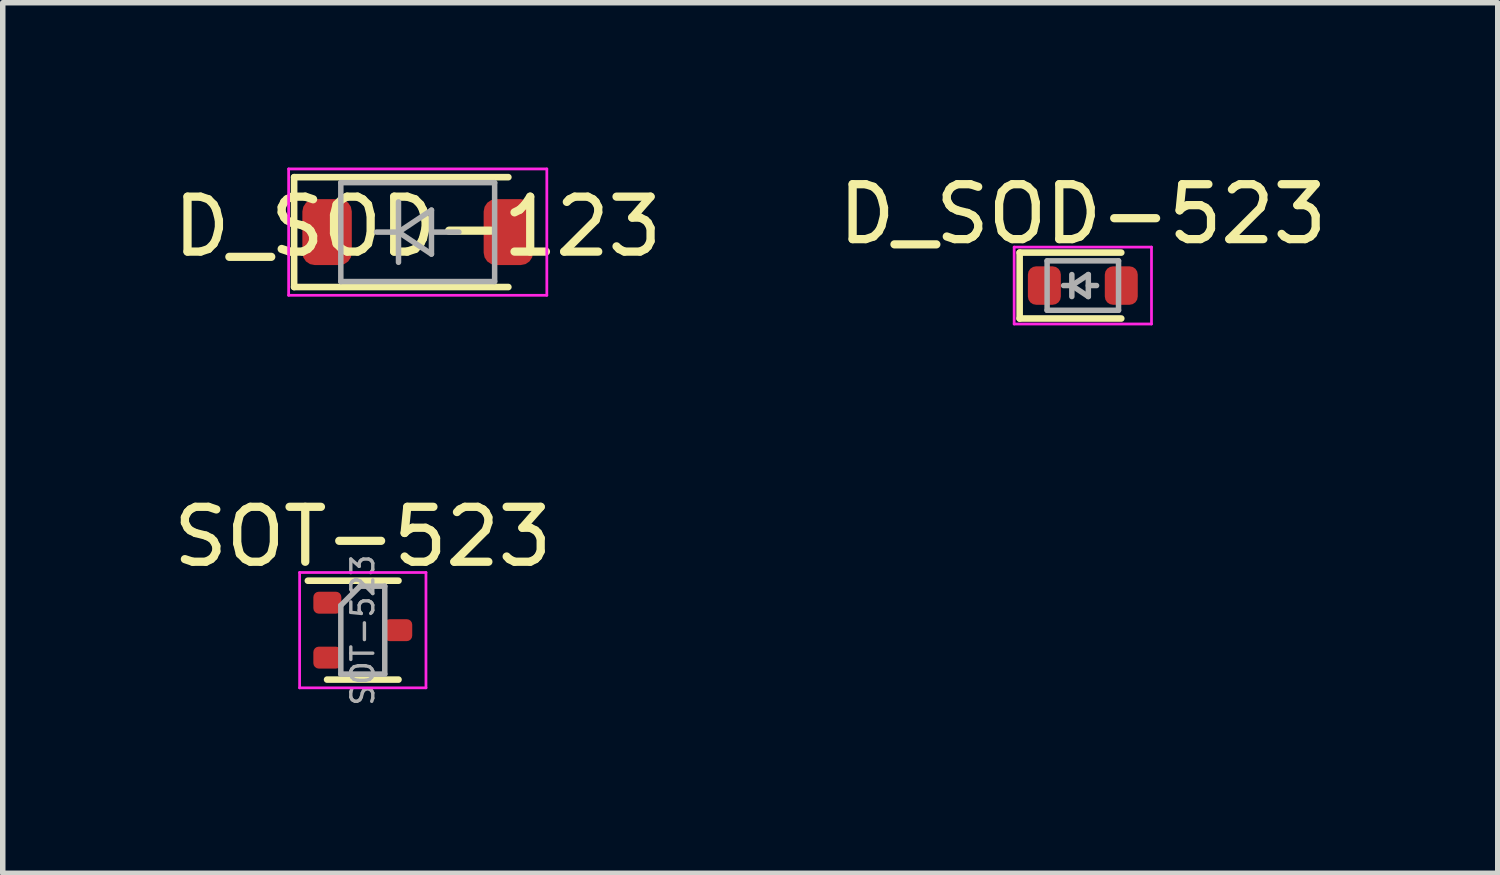
<source format=kicad_pcb>
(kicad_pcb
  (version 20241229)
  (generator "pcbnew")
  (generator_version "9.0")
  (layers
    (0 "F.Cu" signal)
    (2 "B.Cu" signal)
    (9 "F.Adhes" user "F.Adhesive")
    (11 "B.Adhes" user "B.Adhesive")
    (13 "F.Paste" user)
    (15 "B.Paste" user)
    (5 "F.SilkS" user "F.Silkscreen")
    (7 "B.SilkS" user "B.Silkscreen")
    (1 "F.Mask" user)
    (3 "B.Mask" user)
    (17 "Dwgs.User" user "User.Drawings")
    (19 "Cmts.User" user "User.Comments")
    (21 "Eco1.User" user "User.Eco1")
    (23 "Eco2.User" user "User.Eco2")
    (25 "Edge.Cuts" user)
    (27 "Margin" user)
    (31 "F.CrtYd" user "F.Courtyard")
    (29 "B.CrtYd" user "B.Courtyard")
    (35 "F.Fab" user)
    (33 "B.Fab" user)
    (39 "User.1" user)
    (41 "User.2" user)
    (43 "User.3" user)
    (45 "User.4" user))
  (footprint "D_SOD-123"
    (layer "F.Cu")
    (at 4.554 1.175)
    (property "Reference" "D_SOD-123" (at 0 -0.1 180) (layer "F.SilkS") (effects (font (size 1 1) (thickness 0.15))))
    (attr smd)
    (fp_line (start -2.25 -1) (end -2.25 1) (stroke (width 0.12) (type solid)) (layer "F.SilkS"))
    (fp_line (start -2.25 -1) (end 1.65 -1) (stroke (width 0.12) (type solid)) (layer "F.SilkS"))
    (fp_line (start -2.25 1) (end 1.65 1) (stroke (width 0.12) (type solid)) (layer "F.SilkS"))
    (fp_line (start -2.35 -1.15) (end -2.35 1.15) (stroke (width 0.05) (type solid)) (layer "F.CrtYd"))
    (fp_line (start -2.35 -1.15) (end 2.35 -1.15) (stroke (width 0.05) (type solid)) (layer "F.CrtYd"))
    (fp_line (start 2.35 -1.15) (end 2.35 1.15) (stroke (width 0.05) (type solid)) (layer "F.CrtYd"))
    (fp_line (start 2.35 1.15) (end -2.35 1.15) (stroke (width 0.05) (type solid)) (layer "F.CrtYd"))
    (fp_line (start -1.4 -0.9) (end 1.4 -0.9) (stroke (width 0.1) (type solid)) (layer "F.Fab"))
    (fp_line (start -1.4 0.9) (end -1.4 -0.9) (stroke (width 0.1) (type solid)) (layer "F.Fab"))
    (fp_line (start -0.75 0) (end -0.35 0) (stroke (width 0.1) (type solid)) (layer "F.Fab"))
    (fp_line (start -0.35 0) (end -0.35 -0.55) (stroke (width 0.1) (type solid)) (layer "F.Fab"))
    (fp_line (start -0.35 0) (end -0.35 0.55) (stroke (width 0.1) (type solid)) (layer "F.Fab"))
    (fp_line (start -0.35 0) (end 0.25 -0.4) (stroke (width 0.1) (type solid)) (layer "F.Fab"))
    (fp_line (start 0.25 -0.4) (end 0.25 0.4) (stroke (width 0.1) (type solid)) (layer "F.Fab"))
    (fp_line (start 0.25 0) (end 0.75 0) (stroke (width 0.1) (type solid)) (layer "F.Fab"))
    (fp_line (start 0.25 0.4) (end -0.35 0) (stroke (width 0.1) (type solid)) (layer "F.Fab"))
    (fp_line (start 1.4 -0.9) (end 1.4 0.9) (stroke (width 0.1) (type solid)) (layer "F.Fab"))
    (fp_line (start 1.4 0.9) (end -1.4 0.9) (stroke (width 0.1) (type solid)) (layer "F.Fab"))
    (pad "1" smd roundrect (at -1.65 0) (size 0.9 1.2) (layers "F.Cu" "F.Mask" "F.Paste") (roundrect_rratio 0.25))
    (pad "2" smd roundrect (at 1.65 0) (size 0.9 1.2) (layers "F.Cu" "F.Mask" "F.Paste") (roundrect_rratio 0.25)))
  (footprint "SOT-523"
    (layer "F.Cu")
    (at 3.554 8.421)
    (property "Reference" "SOT-523" (at 0 -1.7 0) (layer "F.SilkS") (effects (font (size 1 1) (thickness 0.15))))
    (attr smd)
    (fp_line (start -1 -0.9) (end 0.65 -0.9) (stroke (width 0.12) (type solid)) (layer "F.SilkS"))
    (fp_line (start 0.65 0.9) (end -0.65 0.9) (stroke (width 0.12) (type solid)) (layer "F.SilkS"))
    (fp_line (start -1.15 -1.05) (end -1.15 1.05) (stroke (width 0.05) (type solid)) (layer "F.CrtYd"))
    (fp_line (start -1.15 -1.05) (end 1.15 -1.05) (stroke (width 0.05) (type solid)) (layer "F.CrtYd"))
    (fp_line (start 1.15 1.05) (end -1.15 1.05) (stroke (width 0.05) (type solid)) (layer "F.CrtYd"))
    (fp_line (start 1.15 1.05) (end 1.15 -1.05) (stroke (width 0.05) (type solid)) (layer "F.CrtYd"))
    (fp_line (start -0.4 -0.45) (end -0.4 0.8) (stroke (width 0.1) (type solid)) (layer "F.Fab"))
    (fp_line (start -0.4 -0.45) (end -0.05 -0.8) (stroke (width 0.1) (type solid)) (layer "F.Fab"))
    (fp_line (start -0.4 0.8) (end 0.4 0.8) (stroke (width 0.1) (type solid)) (layer "F.Fab"))
    (fp_line (start 0.4 -0.8) (end -0.05 -0.8) (stroke (width 0.1) (type solid)) (layer "F.Fab"))
    (fp_line (start 0.4 0.8) (end 0.4 -0.8) (stroke (width 0.1) (type solid)) (layer "F.Fab"))
    (fp_text user "${REFERENCE}" (at 0 0 270) (layer "F.Fab") (effects (font (size 0.4 0.4) (thickness 0.062))))
    (pad "1" smd roundrect (at -0.645 -0.5 180) (size 0.51 0.4) (layers "F.Cu" "F.Mask" "F.Paste") (roundrect_rratio 0.25))
    (pad "2" smd roundrect (at -0.645 0.5 180) (size 0.51 0.4) (layers "F.Cu" "F.Mask" "F.Paste") (roundrect_rratio 0.25))
    (pad "3" smd roundrect (at 0.645 0 180) (size 0.51 0.4) (layers "F.Cu" "F.Mask" "F.Paste") (roundrect_rratio 0.25)))
  (footprint "D_SOD-523"
    (layer "F.Cu")
    (at 16.661 2.148)
    (property "Reference" "D_SOD-523" (at 0 -1.3 180) (layer "F.SilkS") (effects (font (size 1 1) (thickness 0.15))))
    (attr smd)
    (fp_line (start -1.15 -0.6) (end -1.15 0.6) (stroke (width 0.12) (type solid)) (layer "F.SilkS"))
    (fp_line (start 0.7 -0.6) (end -1.15 -0.6) (stroke (width 0.12) (type solid)) (layer "F.SilkS"))
    (fp_line (start 0.7 0.6) (end -1.15 0.6) (stroke (width 0.12) (type solid)) (layer "F.SilkS"))
    (fp_line (start -1.25 -0.7) (end 1.25 -0.7) (stroke (width 0.05) (type solid)) (layer "F.CrtYd"))
    (fp_line (start -1.25 0.7) (end -1.25 -0.7) (stroke (width 0.05) (type solid)) (layer "F.CrtYd"))
    (fp_line (start 1.25 -0.7) (end 1.25 0.7) (stroke (width 0.05) (type solid)) (layer "F.CrtYd"))
    (fp_line (start 1.25 0.7) (end -1.25 0.7) (stroke (width 0.05) (type solid)) (layer "F.CrtYd"))
    (fp_line (start -0.65 -0.45) (end 0.65 -0.45) (stroke (width 0.1) (type solid)) (layer "F.Fab"))
    (fp_line (start -0.65 0.45) (end -0.65 -0.45) (stroke (width 0.1) (type solid)) (layer "F.Fab"))
    (fp_line (start -0.2 0) (end -0.35 0) (stroke (width 0.1) (type solid)) (layer "F.Fab"))
    (fp_line (start -0.2 0) (end 0.1 0.2) (stroke (width 0.1) (type solid)) (layer "F.Fab"))
    (fp_line (start -0.2 0.2) (end -0.2 -0.2) (stroke (width 0.1) (type solid)) (layer "F.Fab"))
    (fp_line (start 0.1 -0.2) (end -0.2 0) (stroke (width 0.1) (type solid)) (layer "F.Fab"))
    (fp_line (start 0.1 0) (end 0.25 0) (stroke (width 0.1) (type solid)) (layer "F.Fab"))
    (fp_line (start 0.1 0.2) (end 0.1 -0.2) (stroke (width 0.1) (type solid)) (layer "F.Fab"))
    (fp_line (start 0.65 -0.45) (end 0.65 0.45) (stroke (width 0.1) (type solid)) (layer "F.Fab"))
    (fp_line (start 0.65 0.45) (end -0.65 0.45) (stroke (width 0.1) (type solid)) (layer "F.Fab"))
    (pad "1" smd roundrect (at -0.7 0 180) (size 0.6 0.7) (layers "F.Cu" "F.Mask" "F.Paste") (roundrect_rratio 0.25))
    (pad "2" smd roundrect (at 0.7 0 180) (size 0.6 0.7) (layers "F.Cu" "F.Mask" "F.Paste") (roundrect_rratio 0.25)))
  (gr_rect
    (start -3 -3)
    (end 24.214 12.847)
    (stroke (width 0.1) (type default))
    (fill no)
    (layer "Edge.Cuts")))
</source>
